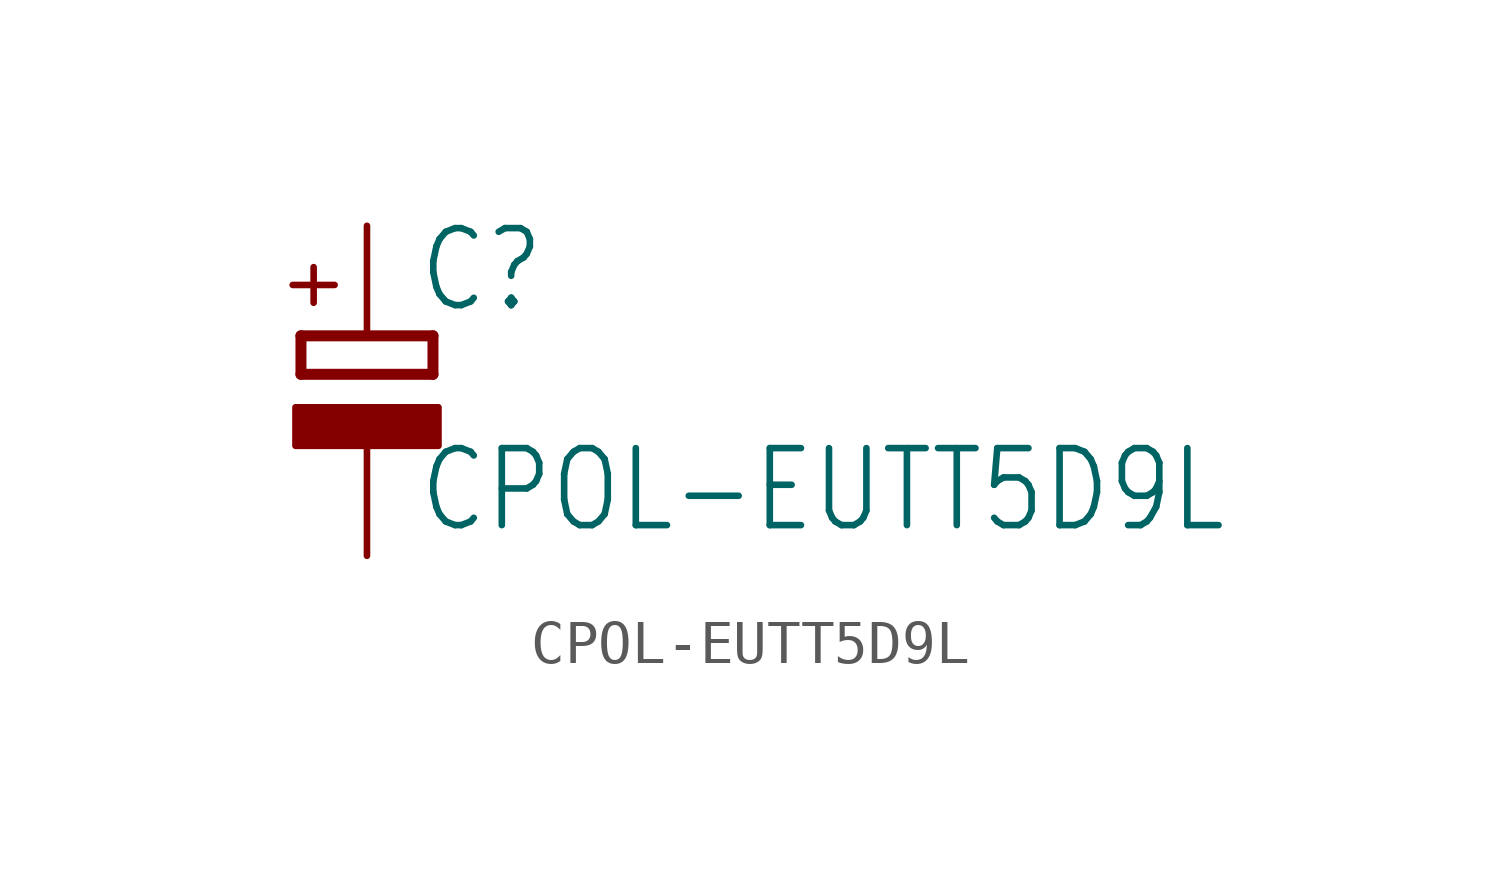
<source format=kicad_sym>
(kicad_symbol_lib
  (version 20220331)
  (generator kicad_symbol_editor)
  (symbol "CPOL-EUTT5D9L"
    (property "Reference" "C"
      (at 1.143 0.483 0)
      (effects (font (size 1.778 1.511)) (justify left bottom)))
    (property "Value" "CPOL-EUTT5D9L"
      (at 1.143 -4.597 0)
      (effects (font (size 1.778 1.511)) (justify left bottom)))
    (property "ki_locked" ""
      (at 0 0 0)
      (effects (font (size 1.27 1.27))))
    (symbol "CPOL-EUTT5D9L_1_0"
      (rectangle (start -1.651 -2.54) (end 1.651 -1.651) (stroke (width 0) (type default)) (fill (type outline)))
      (polyline (pts (xy -1.524 -0.889) (xy 1.524 -0.889)) (stroke (width 0.254) (type solid)) (fill (type none)))
      (polyline (pts (xy -1.524 0) (xy -1.524 -0.889)) (stroke (width 0.254) (type solid)) (fill (type none)))
      (polyline (pts (xy -1.524 0) (xy 1.524 0)) (stroke (width 0.254) (type solid)) (fill (type none)))
      (polyline (pts (xy 1.524 -0.889) (xy 1.524 0)) (stroke (width 0.254) (type solid)) (fill (type none)))
      (text "+" (at -0.584 0.406 900) (effects (font (size 1.27 1.079)) (justify left bottom)))
      (pin passive line (at 0 2.54 270) (length 2.54) (name "+" (effects (font (size 0 0)))) (number "+" (effects (font (size 0 0)))))
      (pin passive line (at 0 -5.08 90) (length 2.54) (name "-" (effects (font (size 0 0)))) (number "-" (effects (font (size 0 0))))))))
</source>
